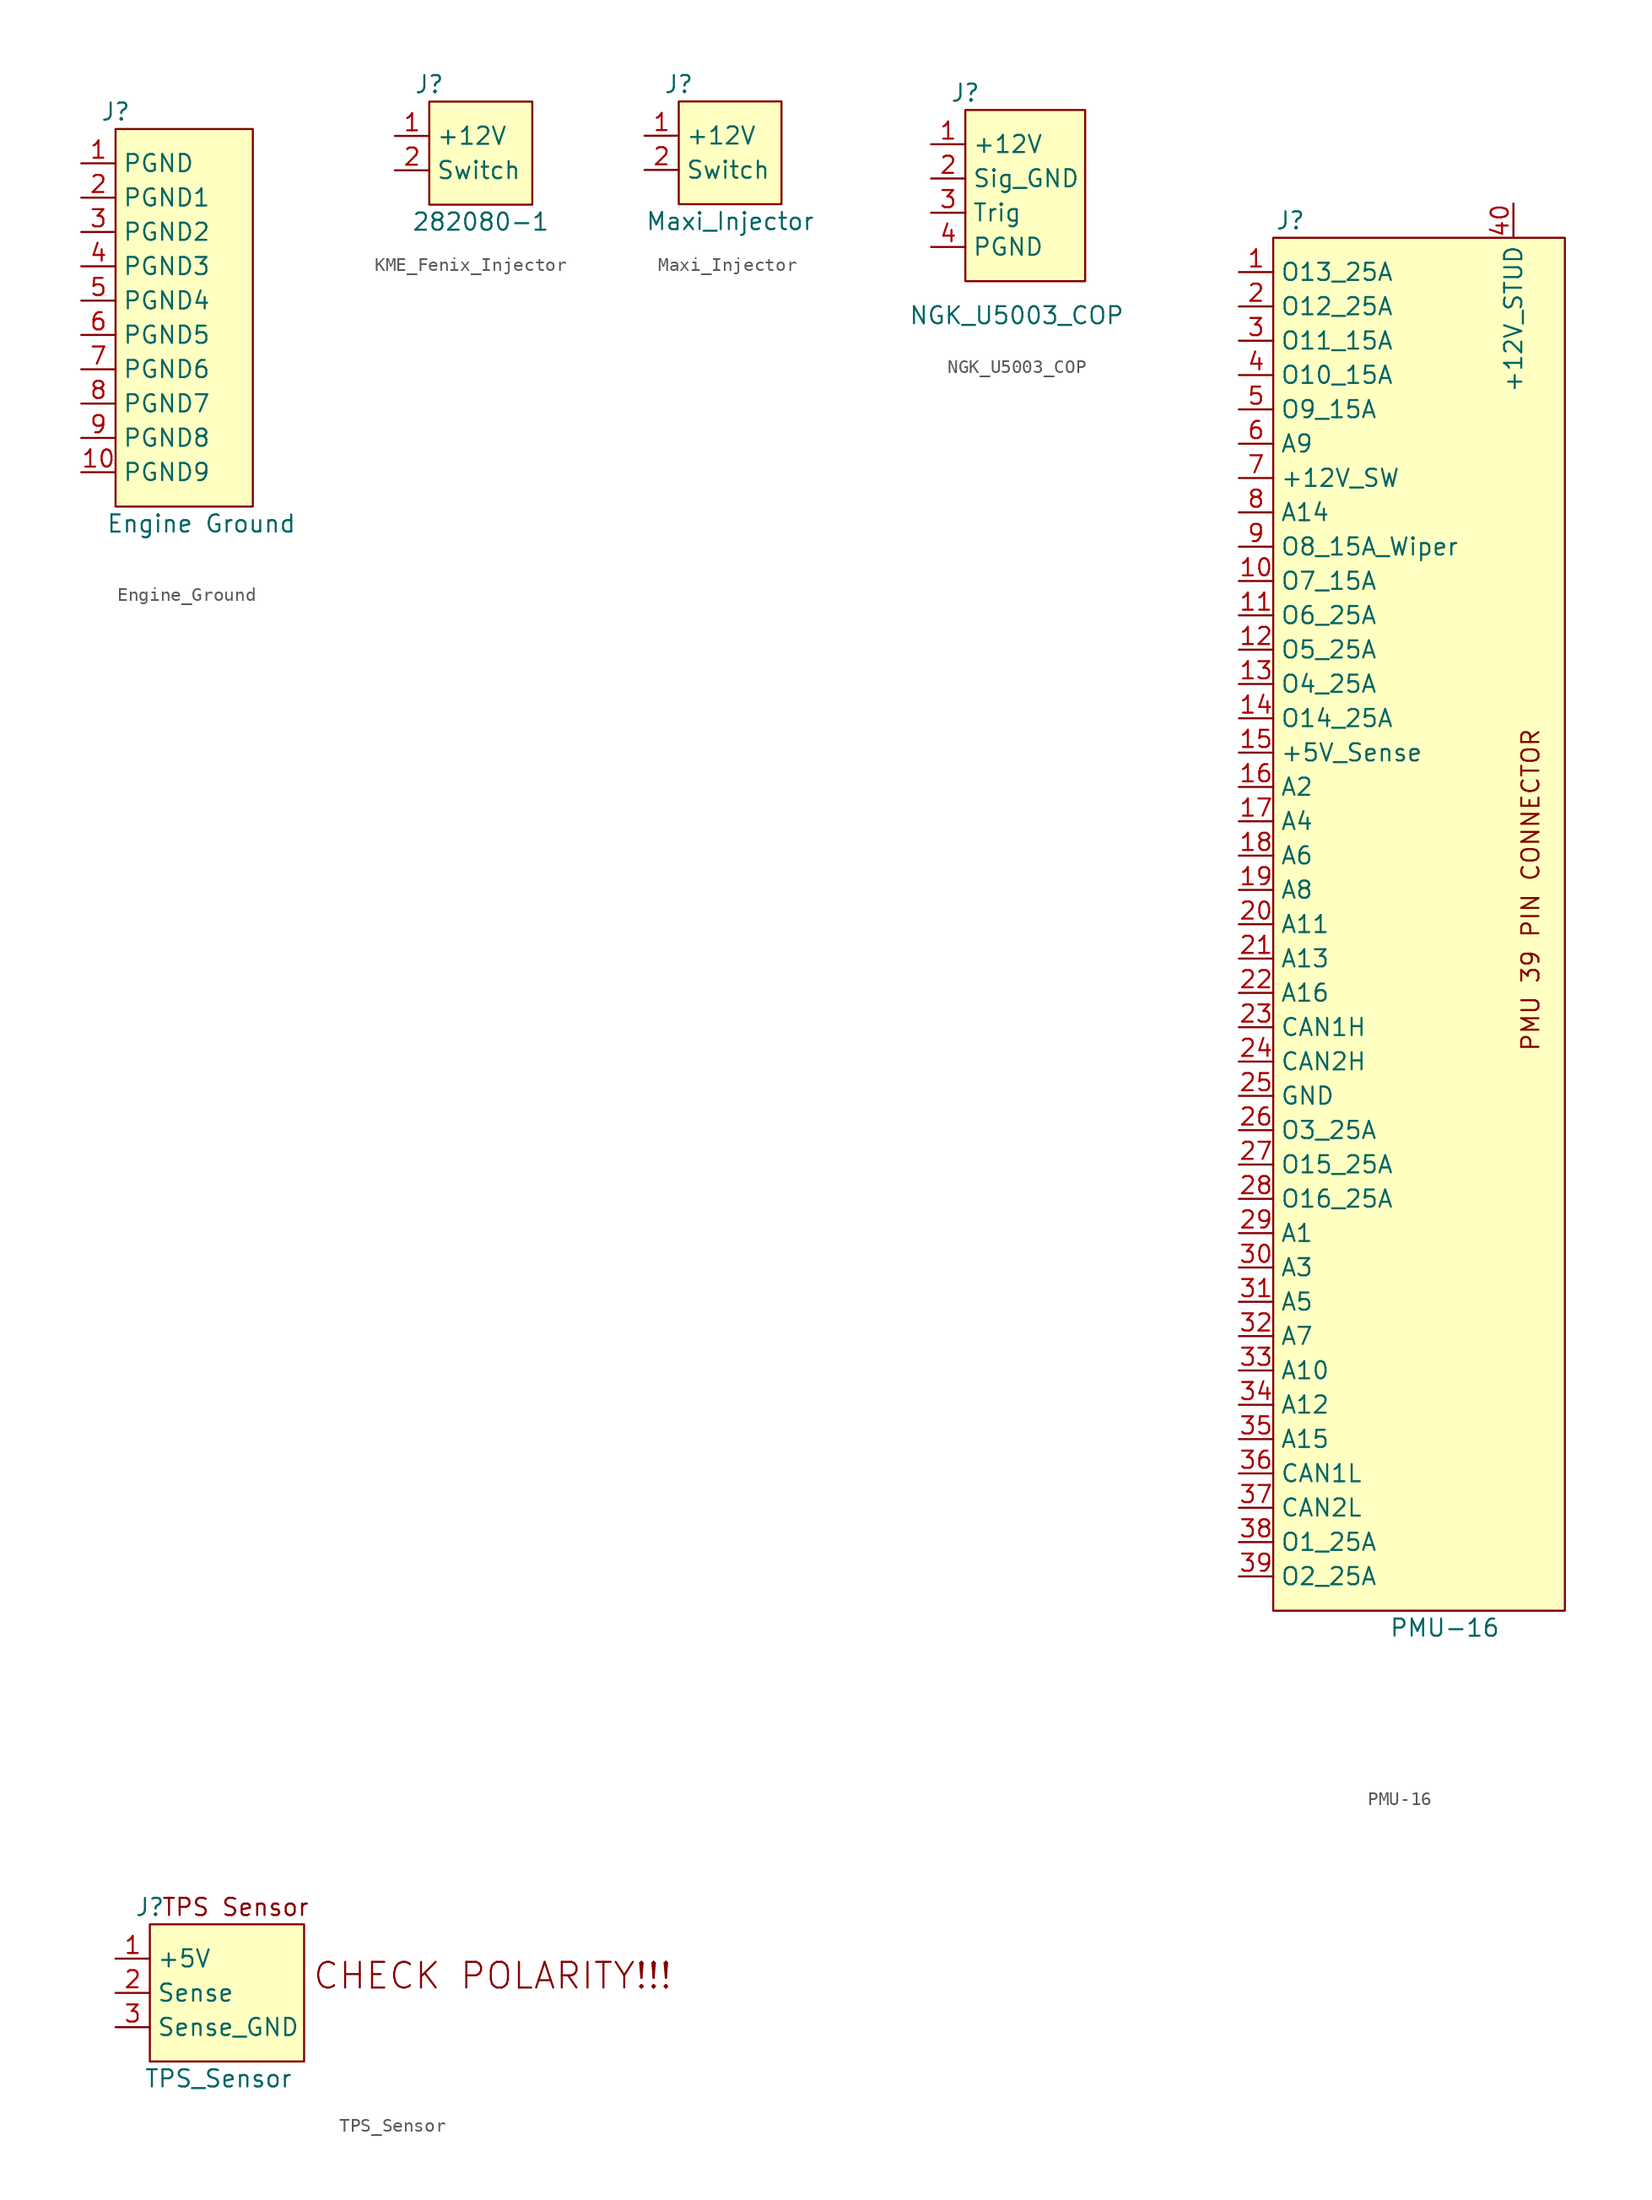
<source format=kicad_sym>
(kicad_symbol_lib
  (version 20220914)
  (generator kicad_symbol_editor)
  (symbol "Engine_Ground"
    (property "Reference" "J"
      (at -10.16 15.24 0)
      (effects (font (size 1.27 1.27))))
    (property "Value" "Engine Ground"
      (at -3.81 -15.24 0)
      (effects (font (size 1.27 1.27))))
    (symbol "Engine_Ground_1_1"
      (rectangle (start -10.16 13.97) (end 0 -13.97) (stroke (width 0) (type default)) (fill (type background)))
      (pin power_in line (at -12.7 11.43 0) (length 2.54) (name "PGND" (effects (font (size 1.27 1.27)))) (number "1" (effects (font (size 1.27 1.27)))))
      (pin power_in line (at -12.7 -11.43 0) (length 2.54) (name "PGND9" (effects (font (size 1.27 1.27)))) (number "10" (effects (font (size 1.27 1.27)))))
      (pin power_in line (at -12.7 8.89 0) (length 2.54) (name "PGND1" (effects (font (size 1.27 1.27)))) (number "2" (effects (font (size 1.27 1.27)))))
      (pin power_in line (at -12.7 6.35 0) (length 2.54) (name "PGND2" (effects (font (size 1.27 1.27)))) (number "3" (effects (font (size 1.27 1.27)))))
      (pin power_in line (at -12.7 3.81 0) (length 2.54) (name "PGND3" (effects (font (size 1.27 1.27)))) (number "4" (effects (font (size 1.27 1.27)))))
      (pin power_in line (at -12.7 1.27 0) (length 2.54) (name "PGND4" (effects (font (size 1.27 1.27)))) (number "5" (effects (font (size 1.27 1.27)))))
      (pin power_in line (at -12.7 -1.27 0) (length 2.54) (name "PGND5" (effects (font (size 1.27 1.27)))) (number "6" (effects (font (size 1.27 1.27)))))
      (pin power_in line (at -12.7 -3.81 0) (length 2.54) (name "PGND6" (effects (font (size 1.27 1.27)))) (number "7" (effects (font (size 1.27 1.27)))))
      (pin power_in line (at -12.7 -6.35 0) (length 2.54) (name "PGND7" (effects (font (size 1.27 1.27)))) (number "8" (effects (font (size 1.27 1.27)))))
      (pin power_in line (at -12.7 -8.89 0) (length 2.54) (name "PGND8" (effects (font (size 1.27 1.27)))) (number "9" (effects (font (size 1.27 1.27)))))))
  (symbol "KME_Fenix_Injector"
    (property "Reference" "J"
      (at 2.54 0 0)
      (effects (font (size 1.27 1.27))))
    (property "Value" "282080-1"
      (at 6.35 -10.16 0)
      (effects (font (size 1.27 1.27))))
    (symbol "KME_Fenix_Injector_1_1"
      (rectangle (start 2.54 -1.27) (end 10.16 -8.89) (stroke (width 0) (type default)) (fill (type background)))
      (pin power_in line (at 0 -3.81 0) (length 2.54) (name "+12V" (effects (font (size 1.27 1.27)))) (number "1" (effects (font (size 1.27 1.27)))))
      (pin power_in line (at 0 -6.35 0) (length 2.54) (name "Switch" (effects (font (size 1.27 1.27)))) (number "2" (effects (font (size 1.27 1.27)))))))
  (symbol "Maxi_Injector"
    (property "Reference" "J"
      (at 2.54 0 0)
      (effects (font (size 1.27 1.27))))
    (property "Value" "Maxi_Injector"
      (at 6.35 -10.16 0)
      (effects (font (size 1.27 1.27))))
    (symbol "Maxi_Injector_1_1"
      (rectangle (start 2.54 -1.27) (end 10.16 -8.89) (stroke (width 0) (type default)) (fill (type background)))
      (pin power_in line (at 0 -3.81 0) (length 2.54) (name "+12V" (effects (font (size 1.27 1.27)))) (number "1" (effects (font (size 1.27 1.27)))))
      (pin power_in line (at 0 -6.35 0) (length 2.54) (name "Switch" (effects (font (size 1.27 1.27)))) (number "2" (effects (font (size 1.27 1.27)))))))
  (symbol "NGK_U5003_COP"
    (property "Reference" "J"
      (at 2.54 0 0)
      (effects (font (size 1.27 1.27))))
    (property "Value" "NGK_U5003_COP"
      (at 6.35 -16.51 0)
      (effects (font (size 1.27 1.27))))
    (symbol "NGK_U5003_COP_1_1"
      (rectangle (start 2.54 -1.27) (end 11.43 -13.97) (stroke (width 0) (type default)) (fill (type background)))
      (pin power_in line (at 0 -3.81 0) (length 2.54) (name "+12V" (effects (font (size 1.27 1.27)))) (number "1" (effects (font (size 1.27 1.27)))))
      (pin power_in line (at 0 -6.35 0) (length 2.54) (name "Sig_GND" (effects (font (size 1.27 1.27)))) (number "2" (effects (font (size 1.27 1.27)))))
      (pin input line (at 0 -8.89 0) (length 2.54) (name "Trig" (effects (font (size 1.27 1.27)))) (number "3" (effects (font (size 1.27 1.27)))))
      (pin power_in line (at 0 -11.43 0) (length 2.54) (name "PGND" (effects (font (size 1.27 1.27)))) (number "4" (effects (font (size 1.27 1.27)))))))
  (symbol "PMU-16"
    (property "Reference" "J"
      (at 5.08 8.89 0)
      (effects (font (size 1.27 1.27))))
    (property "Value" "PMU-16"
      (at 16.51 -95.25 0)
      (effects (font (size 1.27 1.27))))
    (symbol "PMU-16_1_1"
      (rectangle (start 3.81 7.62) (end 25.4 -93.98) (stroke (width 0) (type default)) (fill (type background)))
      (text "PMU 39 PIN CONNECTOR" (at 22.86 -40.64 900) (effects (font (size 1.27 1.27))))
      (pin output line (at 1.27 5.08 0) (length 2.54) (name "O13_25A" (effects (font (size 1.27 1.27)))) (number "1" (effects (font (size 1.27 1.27)))))
      (pin output line (at 1.27 -17.78 0) (length 2.54) (name "O7_15A" (effects (font (size 1.27 1.27)))) (number "10" (effects (font (size 1.27 1.27)))))
      (pin output line (at 1.27 -20.32 0) (length 2.54) (name "O6_25A" (effects (font (size 1.27 1.27)))) (number "11" (effects (font (size 1.27 1.27)))))
      (pin output line (at 1.27 -22.86 0) (length 2.54) (name "O5_25A" (effects (font (size 1.27 1.27)))) (number "12" (effects (font (size 1.27 1.27)))))
      (pin output line (at 1.27 -25.4 0) (length 2.54) (name "O4_25A" (effects (font (size 1.27 1.27)))) (number "13" (effects (font (size 1.27 1.27)))))
      (pin output line (at 1.27 -27.94 0) (length 2.54) (name "O14_25A" (effects (font (size 1.27 1.27)))) (number "14" (effects (font (size 1.27 1.27)))))
      (pin power_out line (at 1.27 -30.48 0) (length 2.54) (name "+5V_Sense" (effects (font (size 1.27 1.27)))) (number "15" (effects (font (size 1.27 1.27)))))
      (pin input line (at 1.27 -33.02 0) (length 2.54) (name "A2" (effects (font (size 1.27 1.27)))) (number "16" (effects (font (size 1.27 1.27)))))
      (pin input line (at 1.27 -35.56 0) (length 2.54) (name "A4" (effects (font (size 1.27 1.27)))) (number "17" (effects (font (size 1.27 1.27)))))
      (pin input line (at 1.27 -38.1 0) (length 2.54) (name "A6" (effects (font (size 1.27 1.27)))) (number "18" (effects (font (size 1.27 1.27)))))
      (pin input line (at 1.27 -40.64 0) (length 2.54) (name "A8" (effects (font (size 1.27 1.27)))) (number "19" (effects (font (size 1.27 1.27)))))
      (pin output line (at 1.27 2.54 0) (length 2.54) (name "O12_25A" (effects (font (size 1.27 1.27)))) (number "2" (effects (font (size 1.27 1.27)))))
      (pin input line (at 1.27 -43.18 0) (length 2.54) (name "A11" (effects (font (size 1.27 1.27)))) (number "20" (effects (font (size 1.27 1.27)))))
      (pin input line (at 1.27 -45.72 0) (length 2.54) (name "A13" (effects (font (size 1.27 1.27)))) (number "21" (effects (font (size 1.27 1.27)))))
      (pin input line (at 1.27 -48.26 0) (length 2.54) (name "A16" (effects (font (size 1.27 1.27)))) (number "22" (effects (font (size 1.27 1.27)))))
      (pin bidirectional line (at 1.27 -50.8 0) (length 2.54) (name "CAN1H" (effects (font (size 1.27 1.27)))) (number "23" (effects (font (size 1.27 1.27)))))
      (pin bidirectional line (at 1.27 -53.34 0) (length 2.54) (name "CAN2H" (effects (font (size 1.27 1.27)))) (number "24" (effects (font (size 1.27 1.27)))))
      (pin power_in line (at 1.27 -55.88 0) (length 2.54) (name "GND" (effects (font (size 1.27 1.27)))) (number "25" (effects (font (size 1.27 1.27)))))
      (pin output line (at 1.27 -58.42 0) (length 2.54) (name "O3_25A" (effects (font (size 1.27 1.27)))) (number "26" (effects (font (size 1.27 1.27)))))
      (pin output line (at 1.27 -60.96 0) (length 2.54) (name "O15_25A" (effects (font (size 1.27 1.27)))) (number "27" (effects (font (size 1.27 1.27)))))
      (pin output line (at 1.27 -63.5 0) (length 2.54) (name "O16_25A" (effects (font (size 1.27 1.27)))) (number "28" (effects (font (size 1.27 1.27)))))
      (pin input line (at 1.27 -66.04 0) (length 2.54) (name "A1" (effects (font (size 1.27 1.27)))) (number "29" (effects (font (size 1.27 1.27)))))
      (pin output line (at 1.27 0 0) (length 2.54) (name "O11_15A" (effects (font (size 1.27 1.27)))) (number "3" (effects (font (size 1.27 1.27)))))
      (pin input line (at 1.27 -68.58 0) (length 2.54) (name "A3" (effects (font (size 1.27 1.27)))) (number "30" (effects (font (size 1.27 1.27)))))
      (pin input line (at 1.27 -71.12 0) (length 2.54) (name "A5" (effects (font (size 1.27 1.27)))) (number "31" (effects (font (size 1.27 1.27)))))
      (pin input line (at 1.27 -73.66 0) (length 2.54) (name "A7" (effects (font (size 1.27 1.27)))) (number "32" (effects (font (size 1.27 1.27)))))
      (pin input line (at 1.27 -76.2 0) (length 2.54) (name "A10" (effects (font (size 1.27 1.27)))) (number "33" (effects (font (size 1.27 1.27)))))
      (pin input line (at 1.27 -78.74 0) (length 2.54) (name "A12" (effects (font (size 1.27 1.27)))) (number "34" (effects (font (size 1.27 1.27)))))
      (pin input line (at 1.27 -81.28 0) (length 2.54) (name "A15" (effects (font (size 1.27 1.27)))) (number "35" (effects (font (size 1.27 1.27)))))
      (pin bidirectional line (at 1.27 -83.82 0) (length 2.54) (name "CAN1L" (effects (font (size 1.27 1.27)))) (number "36" (effects (font (size 1.27 1.27)))))
      (pin bidirectional line (at 1.27 -86.36 0) (length 2.54) (name "CAN2L" (effects (font (size 1.27 1.27)))) (number "37" (effects (font (size 1.27 1.27)))))
      (pin output line (at 1.27 -88.9 0) (length 2.54) (name "O1_25A" (effects (font (size 1.27 1.27)))) (number "38" (effects (font (size 1.27 1.27)))))
      (pin output line (at 1.27 -91.44 0) (length 2.54) (name "O2_25A" (effects (font (size 1.27 1.27)))) (number "39" (effects (font (size 1.27 1.27)))))
      (pin output line (at 1.27 -2.54 0) (length 2.54) (name "O10_15A" (effects (font (size 1.27 1.27)))) (number "4" (effects (font (size 1.27 1.27)))))
      (pin power_in line (at 21.59 10.16 270) (length 2.54) (name "+12V_STUD" (effects (font (size 1.27 1.27)))) (number "40" (effects (font (size 1.27 1.27)))))
      (pin output line (at 1.27 -5.08 0) (length 2.54) (name "O9_15A" (effects (font (size 1.27 1.27)))) (number "5" (effects (font (size 1.27 1.27)))))
      (pin input line (at 1.27 -7.62 0) (length 2.54) (name "A9" (effects (font (size 1.27 1.27)))) (number "6" (effects (font (size 1.27 1.27)))))
      (pin input line (at 1.27 -10.16 0) (length 2.54) (name "+12V_SW" (effects (font (size 1.27 1.27)))) (number "7" (effects (font (size 1.27 1.27)))))
      (pin input line (at 1.27 -12.7 0) (length 2.54) (name "A14" (effects (font (size 1.27 1.27)))) (number "8" (effects (font (size 1.27 1.27)))))
      (pin output line (at 1.27 -15.24 0) (length 2.54) (name "O8_15A_Wiper" (effects (font (size 1.27 1.27)))) (number "9" (effects (font (size 1.27 1.27)))))))
  (symbol "TPS_Sensor"
    (property "Reference" "J"
      (at 2.54 0 0)
      (effects (font (size 1.27 1.27))))
    (property "Value" "TPS_Sensor"
      (at 7.62 -12.7 0)
      (effects (font (size 1.27 1.27))))
    (symbol "TPS_Sensor_1_1"
      (rectangle (start 2.54 -1.27) (end 13.97 -11.43) (stroke (width 0) (type default)) (fill (type background)))
      (text "CHECK POLARITY!!!" (at 27.94 -5.08 0) (effects (font (size 1.905 1.905))))
      (text "TPS Sensor" (at 8.89 0 0) (effects (font (size 1.27 1.27))))
      (pin power_in line (at 0 -3.81 0) (length 2.54) (name "+5V" (effects (font (size 1.27 1.27)))) (number "1" (effects (font (size 1.27 1.27)))))
      (pin output line (at 0 -6.35 0) (length 2.54) (name "Sense" (effects (font (size 1.27 1.27)))) (number "2" (effects (font (size 1.27 1.27)))))
      (pin power_in line (at 0 -8.89 0) (length 2.54) (name "Sense_GND" (effects (font (size 1.27 1.27)))) (number "3" (effects (font (size 1.27 1.27))))))))
</source>
